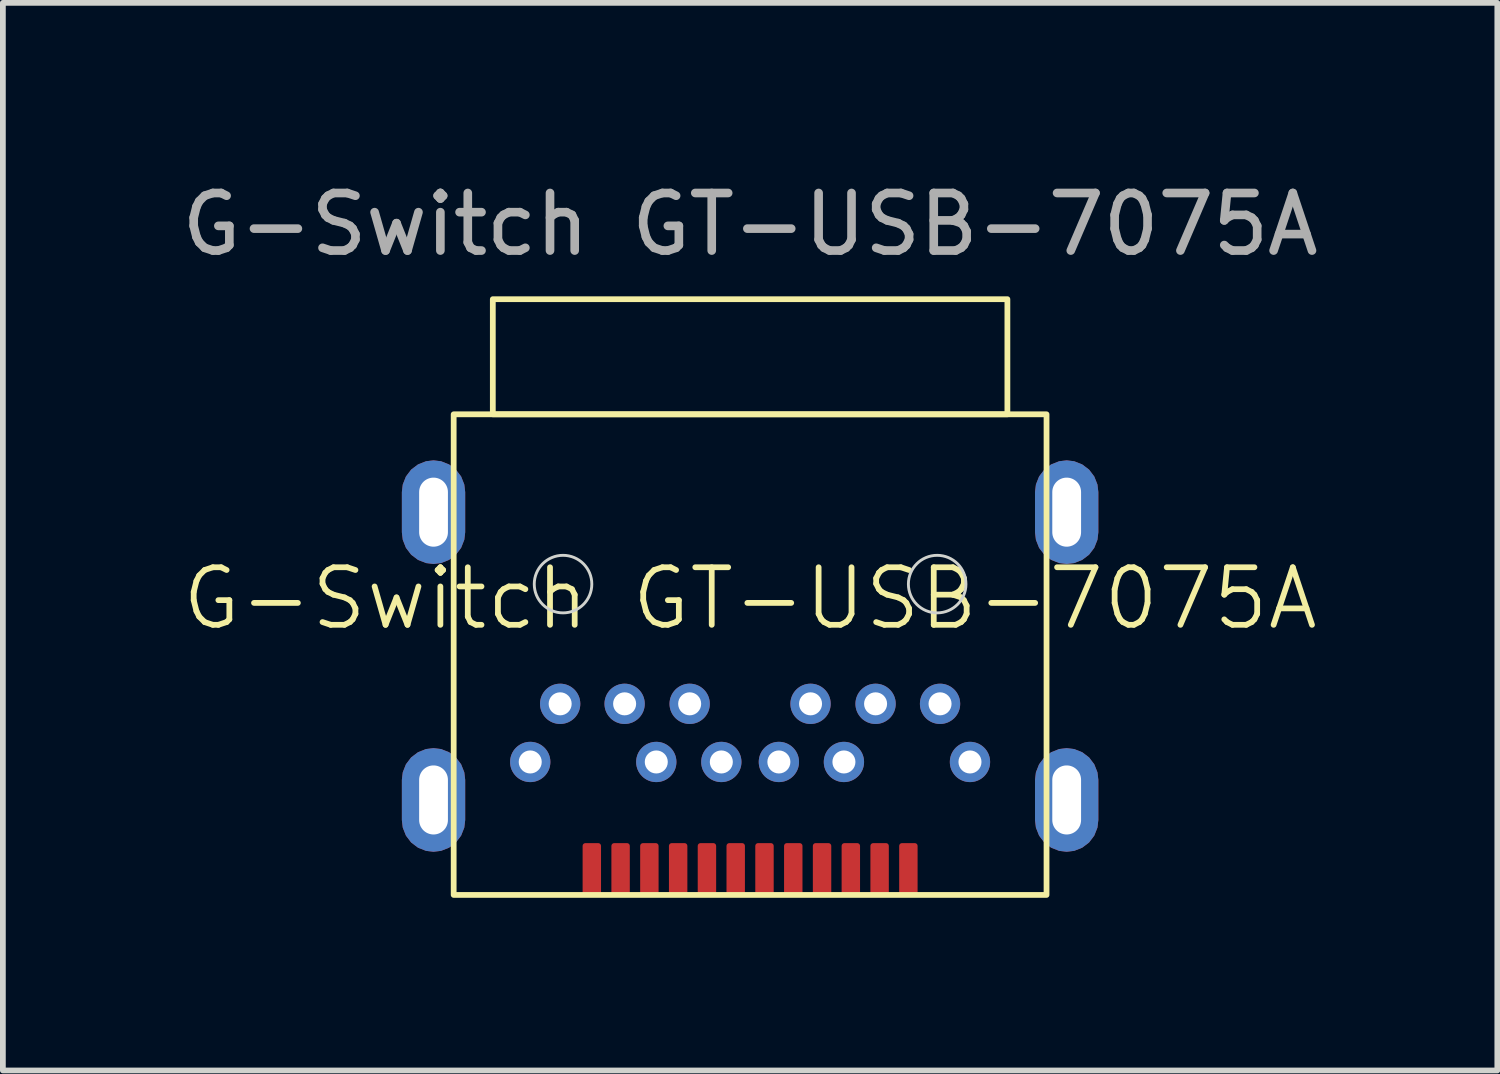
<source format=kicad_pcb>
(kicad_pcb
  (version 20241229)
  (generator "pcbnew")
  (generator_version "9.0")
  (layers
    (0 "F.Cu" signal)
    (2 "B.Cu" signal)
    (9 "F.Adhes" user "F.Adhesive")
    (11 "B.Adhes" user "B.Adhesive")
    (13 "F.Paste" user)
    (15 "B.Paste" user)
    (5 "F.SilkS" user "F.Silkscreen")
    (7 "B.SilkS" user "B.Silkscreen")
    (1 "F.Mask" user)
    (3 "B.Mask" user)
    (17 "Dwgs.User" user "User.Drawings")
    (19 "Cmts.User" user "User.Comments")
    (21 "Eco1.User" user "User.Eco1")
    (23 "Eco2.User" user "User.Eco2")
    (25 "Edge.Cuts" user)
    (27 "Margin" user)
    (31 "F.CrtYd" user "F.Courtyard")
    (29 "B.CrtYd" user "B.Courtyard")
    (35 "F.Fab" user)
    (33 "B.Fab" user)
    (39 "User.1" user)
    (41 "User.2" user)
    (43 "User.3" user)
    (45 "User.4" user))
  (footprint "G-Switch GT-USB-7075A"
    (layer "F.Cu")
    (at 9.982 8.348)
    (property "Reference" "G-Switch GT-USB-7075A" (at 0 -1 0) (unlocked yes) (layer "F.SilkS") (effects (font (size 1 1) (thickness 0.1))))
    (attr smd)
    (fp_rect (start -5.15 -4.2) (end 5.15 4.15) (stroke (width 0.1) (type solid)) (fill no) (layer "F.SilkS"))
    (fp_rect (start -4.47 -6.2) (end 4.47 -4.2) (stroke (width 0.1) (type solid)) (fill no) (layer "F.SilkS"))
    (fp_circle (center -3.25 -1.25) (end -3.75 -1.25) (stroke (width 0.05) (type solid)) (fill no) (layer "Edge.Cuts"))
    (fp_circle (center 3.25 -1.25) (end 2.75 -1.25) (stroke (width 0.05) (type solid)) (fill no) (layer "Edge.Cuts"))
    (fp_text user "${REFERENCE}" (at 0 -7.5 0) (unlocked yes) (layer "F.Fab") (effects (font (size 1 1) (thickness 0.15))))
    (pad "1" thru_hole roundrect (at -5.5 -2.5 180) (size 1.1 1.8) (drill oval 0.5 1.2) (layers "*.Cu" "*.Mask") (roundrect_rratio 0.5))
    (pad "1" thru_hole roundrect (at -5.5 2.5 180) (size 1.1 1.8) (drill oval 0.5 1.2) (layers "*.Cu" "*.Mask") (roundrect_rratio 0.5))
    (pad "1" thru_hole roundrect (at 5.5 -2.5 180) (size 1.1 1.8) (drill oval 0.5 1.2) (layers "*.Cu" "*.Mask") (roundrect_rratio 0.5))
    (pad "1" thru_hole roundrect (at 5.5 2.5 180) (size 1.1 1.8) (drill oval 0.5 1.2) (layers "*.Cu" "*.Mask") (roundrect_rratio 0.5))
    (pad "A1" smd roundrect (at 2.75 3.705 270) (size 0.91 0.32) (layers "F.Cu" "F.Mask" "F.Paste") (roundrect_rratio 0.15))
    (pad "A2" smd roundrect (at 2.25 3.705 270) (size 0.91 0.32) (layers "F.Cu" "F.Mask" "F.Paste") (roundrect_rratio 0.15))
    (pad "A3" smd roundrect (at 1.75 3.705 270) (size 0.91 0.32) (layers "F.Cu" "F.Mask" "F.Paste") (roundrect_rratio 0.15))
    (pad "A4" smd roundrect (at 1.25 3.705 270) (size 0.91 0.32) (layers "F.Cu" "F.Mask" "F.Paste") (roundrect_rratio 0.15))
    (pad "A5" smd roundrect (at 0.75 3.705 270) (size 0.91 0.32) (layers "F.Cu" "F.Mask" "F.Paste") (roundrect_rratio 0.15))
    (pad "A6" smd roundrect (at 0.25 3.705 270) (size 0.91 0.32) (layers "F.Cu" "F.Mask" "F.Paste") (roundrect_rratio 0.15))
    (pad "A7" smd roundrect (at -0.25 3.705 270) (size 0.91 0.32) (layers "F.Cu" "F.Mask" "F.Paste") (roundrect_rratio 0.15))
    (pad "A8" smd roundrect (at -0.75 3.705 270) (size 0.91 0.32) (layers "F.Cu" "F.Mask" "F.Paste") (roundrect_rratio 0.15))
    (pad "A9" smd roundrect (at -1.25 3.705 270) (size 0.91 0.32) (layers "F.Cu" "F.Mask" "F.Paste") (roundrect_rratio 0.15))
    (pad "A10" smd roundrect (at -1.75 3.705 270) (size 0.91 0.32) (layers "F.Cu" "F.Mask" "F.Paste") (roundrect_rratio 0.15))
    (pad "A11" smd roundrect (at -2.25 3.705 270) (size 0.91 0.32) (layers "F.Cu" "F.Mask" "F.Paste") (roundrect_rratio 0.15))
    (pad "A12" smd roundrect (at -2.75 3.705 270) (size 0.91 0.32) (layers "F.Cu" "F.Mask" "F.Paste") (roundrect_rratio 0.15))
    (pad "B1" thru_hole circle (at -3.82 1.84 180) (size 0.7 0.7) (drill 0.4) (layers "*.Cu" "*.Mask"))
    (pad "B2" thru_hole circle (at -3.3 0.83 180) (size 0.7 0.7) (drill 0.4) (layers "*.Cu" "*.Mask"))
    (pad "B3" thru_hole circle (at -2.18 0.83 180) (size 0.7 0.7) (drill 0.4) (layers "*.Cu" "*.Mask"))
    (pad "B4" thru_hole circle (at -1.63 1.84 180) (size 0.7 0.7) (drill 0.4) (layers "*.Cu" "*.Mask"))
    (pad "B5" thru_hole circle (at -1.05 0.83 180) (size 0.7 0.7) (drill 0.4) (layers "*.Cu" "*.Mask"))
    (pad "B6" thru_hole circle (at -0.5 1.84 180) (size 0.7 0.7) (drill 0.4) (layers "*.Cu" "*.Mask"))
    (pad "B7" thru_hole circle (at 0.5 1.84 180) (size 0.7 0.7) (drill 0.4) (layers "*.Cu" "*.Mask"))
    (pad "B8" thru_hole circle (at 1.05 0.83 180) (size 0.7 0.7) (drill 0.4) (layers "*.Cu" "*.Mask"))
    (pad "B9" thru_hole circle (at 1.63 1.84 180) (size 0.7 0.7) (drill 0.4) (layers "*.Cu" "*.Mask"))
    (pad "B10" thru_hole circle (at 2.18 0.83 180) (size 0.7 0.7) (drill 0.4) (layers "*.Cu" "*.Mask"))
    (pad "B11" thru_hole circle (at 3.3 0.83 180) (size 0.7 0.7) (drill 0.4) (layers "*.Cu" "*.Mask"))
    (pad "B12" thru_hole circle (at 3.82 1.84 180) (size 0.7 0.7) (drill 0.4) (layers "*.Cu" "*.Mask")))
  (gr_rect
    (start -3 -3)
    (end 22.964 15.548)
    (stroke (width 0.1) (type default))
    (fill no)
    (layer "Edge.Cuts")))
</source>
